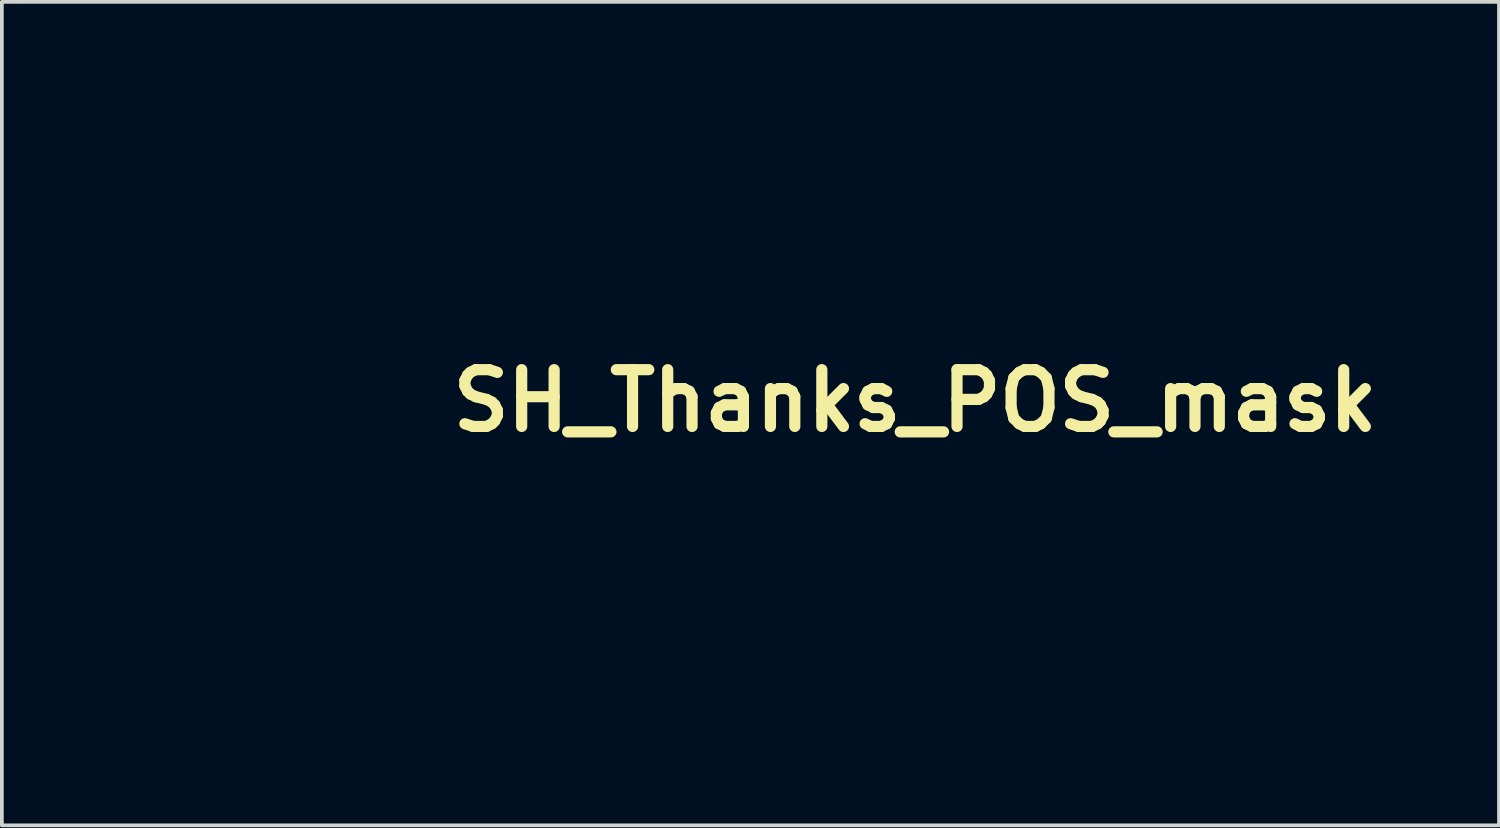
<source format=kicad_pcb>
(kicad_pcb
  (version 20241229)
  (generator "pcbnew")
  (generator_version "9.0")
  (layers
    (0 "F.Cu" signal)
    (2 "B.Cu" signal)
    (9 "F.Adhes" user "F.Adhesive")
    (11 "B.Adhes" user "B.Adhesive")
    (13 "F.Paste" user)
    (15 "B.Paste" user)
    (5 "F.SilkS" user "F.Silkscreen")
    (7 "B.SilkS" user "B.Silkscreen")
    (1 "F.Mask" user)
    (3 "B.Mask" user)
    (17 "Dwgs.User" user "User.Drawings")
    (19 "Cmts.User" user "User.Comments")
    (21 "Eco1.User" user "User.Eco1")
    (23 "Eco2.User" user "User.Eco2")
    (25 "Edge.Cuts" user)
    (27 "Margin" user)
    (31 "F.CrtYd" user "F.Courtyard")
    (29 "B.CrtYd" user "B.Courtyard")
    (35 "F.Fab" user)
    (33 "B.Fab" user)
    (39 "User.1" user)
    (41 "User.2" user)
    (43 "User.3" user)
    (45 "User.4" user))
  (footprint "SH_Thanks_POS_mask"
    (layer "F.Cu")
    (at 21.511 7.706)
    (property "Reference" "SH_Thanks_POS_mask" (at 0 0 0) (layer "F.SilkS") (effects (font (size 1.524 1.524) (thickness 0.3))))
    (attr through_hole)
    (fp_poly (pts (xy -20.202 5.786) (xy -20.743 5.786) (xy -20.743 8.361) (xy -20.965 8.361) (xy -20.965 5.786) (xy -21.506 5.786) (xy -21.506 5.563) (xy -20.202 5.563) (xy -20.202 5.786)) (stroke (width 0.01) (type solid)) (fill yes) (layer "F.Mask"))
    (fp_poly (pts (xy 7.995 5.786) (xy 7.455 5.786) (xy 7.455 8.361) (xy 7.232 8.361) (xy 7.232 5.786) (xy 6.692 5.786) (xy 6.692 5.563) (xy 7.995 5.563) (xy 7.995 5.786)) (stroke (width 0.01) (type solid)) (fill yes) (layer "F.Mask"))
    (fp_poly (pts (xy -11.254 5.786) (xy -12.175 5.786) (xy -12.175 6.724) (xy -11.413 6.724) (xy -11.413 6.946) (xy -12.175 6.946) (xy -12.175 8.361) (xy -12.398 8.361) (xy -12.398 5.563) (xy -11.254 5.563) (xy -11.254 5.786)) (stroke (width 0.01) (type solid)) (fill yes) (layer "F.Mask"))
    (fp_poly (pts (xy -19.916 6.724) (xy -19.137 6.724) (xy -19.137 5.563) (xy -18.915 5.563) (xy -18.915 8.361) (xy -19.137 8.361) (xy -19.137 6.946) (xy -19.916 6.946) (xy -19.916 8.361) (xy -20.139 8.361) (xy -20.139 5.563) (xy -19.916 5.563) (xy -19.916 6.724)) (stroke (width 0.01) (type solid)) (fill yes) (layer "F.Mask"))
    (fp_poly (pts (xy -16.006 8.362) (xy -16.218 8.353) (xy -16.601 7.31) (xy -16.984 6.268) (xy -16.992 8.361) (xy -17.214 8.361) (xy -17.214 5.563) (xy -17.107 5.563) (xy -17 5.564) (xy -16.618 6.604) (xy -16.237 7.644) (xy -16.233 6.603) (xy -16.228 5.563) (xy -16.006 5.563) (xy -16.006 8.362)) (stroke (width 0.01) (type solid)) (fill yes) (layer "F.Mask"))
    (fp_poly (pts (xy -15.593 6.804) (xy -15.48 6.8) (xy -15.368 6.795) (xy -14.732 5.563) (xy -14.604 5.563) (xy -14.541 5.564) (xy -14.504 5.567) (xy -14.487 5.573) (xy -14.485 5.585) (xy -14.487 5.591) (xy -14.497 5.611) (xy -14.519 5.655) (xy -14.553 5.722) (xy -14.598 5.808) (xy -14.651 5.911) (xy -14.711 6.027) (xy -14.776 6.153) (xy -14.831 6.259) (xy -15.164 6.9) (xy -14.791 7.617) (xy -14.718 7.757) (xy -14.65 7.888) (xy -14.588 8.008) (xy -14.533 8.114) (xy -14.488 8.204) (xy -14.452 8.274) (xy -14.428 8.322) (xy -14.417 8.346) (xy -14.417 8.348) (xy -14.431 8.354) (xy -14.47 8.358) (xy -14.525 8.361) (xy -14.541 8.361) (xy -14.666 8.361) (xy -15.014 7.694) (xy -15.362 7.026) (xy -15.593 7.026) (xy -15.593 8.361) (xy -15.815 8.361) (xy -15.815 5.563) (xy -15.593 5.563) (xy -15.593 6.804)) (stroke (width 0.01) (type solid)) (fill yes) (layer "F.Mask"))
    (fp_poly (pts (xy -6.523 5.568) (xy -6.502 5.572) (xy -6.501 5.573) (xy -6.507 5.59) (xy -6.523 5.633) (xy -6.548 5.7) (xy -6.582 5.788) (xy -6.622 5.894) (xy -6.669 6.014) (xy -6.72 6.146) (xy -6.771 6.278) (xy -7.041 6.97) (xy -7.041 8.361) (xy -7.264 8.361) (xy -7.264 6.978) (xy -7.534 6.285) (xy -7.589 6.145) (xy -7.64 6.013) (xy -7.686 5.893) (xy -7.726 5.788) (xy -7.759 5.701) (xy -7.784 5.635) (xy -7.8 5.593) (xy -7.804 5.577) (xy -7.79 5.57) (xy -7.749 5.566) (xy -7.688 5.566) (xy -7.683 5.567) (xy -7.561 5.571) (xy -7.361 6.091) (xy -7.315 6.211) (xy -7.271 6.321) (xy -7.233 6.418) (xy -7.2 6.498) (xy -7.175 6.557) (xy -7.159 6.593) (xy -7.153 6.602) (xy -7.146 6.586) (xy -7.128 6.544) (xy -7.102 6.479) (xy -7.068 6.394) (xy -7.028 6.294) (xy -6.984 6.181) (xy -6.946 6.083) (xy -6.747 5.571) (xy -6.624 5.567) (xy -6.566 5.566) (xy -6.523 5.568)) (stroke (width 0.01) (type solid)) (fill yes) (layer "F.Mask"))
    (fp_poly (pts (xy -4.736 6.696) (xy -4.736 6.913) (xy -4.736 7.101) (xy -4.736 7.261) (xy -4.735 7.397) (xy -4.734 7.51) (xy -4.733 7.603) (xy -4.732 7.678) (xy -4.73 7.737) (xy -4.727 7.783) (xy -4.724 7.819) (xy -4.721 7.845) (xy -4.716 7.865) (xy -4.711 7.882) (xy -4.705 7.896) (xy -4.704 7.9) (xy -4.645 7.996) (xy -4.57 8.067) (xy -4.483 8.115) (xy -4.388 8.139) (xy -4.291 8.139) (xy -4.195 8.115) (xy -4.105 8.067) (xy -4.027 7.994) (xy -3.969 7.91) (xy -3.934 7.844) (xy -3.93 6.704) (xy -3.925 5.563) (xy -3.704 5.563) (xy -3.704 6.675) (xy -3.704 6.931) (xy -3.704 7.155) (xy -3.706 7.348) (xy -3.708 7.511) (xy -3.71 7.644) (xy -3.713 7.746) (xy -3.716 7.819) (xy -3.72 7.863) (xy -3.721 7.871) (xy -3.764 8.003) (xy -3.833 8.12) (xy -3.925 8.218) (xy -4.036 8.295) (xy -4.163 8.346) (xy -4.22 8.359) (xy -4.284 8.37) (xy -4.334 8.374) (xy -4.384 8.371) (xy -4.449 8.361) (xy -4.452 8.36) (xy -4.567 8.326) (xy -4.678 8.265) (xy -4.778 8.182) (xy -4.861 8.082) (xy -4.908 7.999) (xy -4.951 7.908) (xy -4.956 6.735) (xy -4.96 5.563) (xy -4.737 5.563) (xy -4.736 6.696)) (stroke (width 0.01) (type solid)) (fill yes) (layer "F.Mask"))
    (fp_poly (pts (xy 0.127 6.68) (xy 0.128 6.922) (xy 0.128 7.139) (xy 0.129 7.328) (xy 0.131 7.49) (xy 0.133 7.624) (xy 0.136 7.728) (xy 0.139 7.802) (xy 0.142 7.846) (xy 0.144 7.856) (xy 0.185 7.946) (xy 0.25 8.025) (xy 0.333 8.087) (xy 0.428 8.128) (xy 0.524 8.142) (xy 0.63 8.129) (xy 0.729 8.088) (xy 0.813 8.024) (xy 0.879 7.942) (xy 0.92 7.845) (xy 0.921 7.841) (xy 0.925 7.809) (xy 0.928 7.746) (xy 0.931 7.652) (xy 0.933 7.527) (xy 0.935 7.372) (xy 0.937 7.188) (xy 0.937 6.974) (xy 0.938 6.731) (xy 0.938 6.669) (xy 0.938 5.563) (xy 1.16 5.563) (xy 1.16 6.688) (xy 1.16 6.908) (xy 1.159 7.111) (xy 1.158 7.294) (xy 1.156 7.455) (xy 1.154 7.594) (xy 1.152 7.707) (xy 1.15 7.794) (xy 1.147 7.853) (xy 1.144 7.881) (xy 1.098 8.01) (xy 1.027 8.125) (xy 0.933 8.223) (xy 0.821 8.298) (xy 0.695 8.348) (xy 0.645 8.359) (xy 0.578 8.37) (xy 0.527 8.374) (xy 0.478 8.37) (xy 0.416 8.359) (xy 0.397 8.355) (xy 0.271 8.312) (xy 0.155 8.241) (xy 0.054 8.149) (xy -0.025 8.038) (xy -0.045 7.999) (xy -0.087 7.908) (xy -0.092 6.735) (xy -0.096 5.563) (xy 0.127 5.563) (xy 0.127 6.68)) (stroke (width 0.01) (type solid)) (fill yes) (layer "F.Mask"))
    (fp_poly (pts (xy 3.088 5.566) (xy 3.206 5.568) (xy 3.297 5.57) (xy 3.365 5.572) (xy 3.416 5.576) (xy 3.455 5.581) (xy 3.486 5.588) (xy 3.513 5.598) (xy 3.542 5.611) (xy 3.548 5.614) (xy 3.662 5.684) (xy 3.762 5.778) (xy 3.839 5.889) (xy 3.851 5.911) (xy 3.902 6.016) (xy 3.902 6.89) (xy 3.86 6.981) (xy 3.789 7.096) (xy 3.695 7.195) (xy 3.582 7.274) (xy 3.458 7.328) (xy 3.405 7.342) (xy 3.354 7.349) (xy 3.282 7.355) (xy 3.199 7.358) (xy 3.131 7.359) (xy 2.941 7.359) (xy 2.941 8.361) (xy 2.718 8.361) (xy 2.718 7.14) (xy 2.941 7.14) (xy 3.159 7.134) (xy 3.274 7.128) (xy 3.359 7.12) (xy 3.417 7.108) (xy 3.434 7.102) (xy 3.514 7.054) (xy 3.588 6.987) (xy 3.643 6.911) (xy 3.645 6.908) (xy 3.656 6.885) (xy 3.665 6.86) (xy 3.671 6.83) (xy 3.676 6.789) (xy 3.679 6.733) (xy 3.682 6.657) (xy 3.684 6.556) (xy 3.685 6.481) (xy 3.686 6.364) (xy 3.687 6.275) (xy 3.686 6.207) (xy 3.684 6.157) (xy 3.68 6.12) (xy 3.673 6.091) (xy 3.664 6.065) (xy 3.652 6.037) (xy 3.652 6.036) (xy 3.592 5.938) (xy 3.515 5.861) (xy 3.442 5.815) (xy 3.408 5.803) (xy 3.368 5.795) (xy 3.314 5.789) (xy 3.241 5.787) (xy 3.159 5.786) (xy 2.941 5.786) (xy 2.941 7.14) (xy 2.718 7.14) (xy 2.718 5.562) (xy 3.088 5.566)) (stroke (width 0.01) (type solid)) (fill yes) (layer "F.Mask"))
    (fp_poly (pts (xy 1.713 5.566) (xy 2.09 5.571) (xy 2.182 5.618) (xy 2.289 5.688) (xy 2.385 5.78) (xy 2.461 5.886) (xy 2.473 5.908) (xy 2.519 6) (xy 2.525 6.406) (xy 2.526 6.565) (xy 2.525 6.695) (xy 2.521 6.796) (xy 2.516 6.867) (xy 2.512 6.894) (xy 2.481 6.981) (xy 2.429 7.072) (xy 2.363 7.156) (xy 2.291 7.223) (xy 2.288 7.225) (xy 2.223 7.269) (xy 2.162 7.302) (xy 2.098 7.325) (xy 2.023 7.34) (xy 1.931 7.35) (xy 1.814 7.355) (xy 1.8 7.356) (xy 1.558 7.363) (xy 1.558 8.361) (xy 1.335 8.361) (xy 1.335 7.141) (xy 1.558 7.141) (xy 1.784 7.134) (xy 1.879 7.13) (xy 1.948 7.125) (xy 1.999 7.119) (xy 2.037 7.109) (xy 2.068 7.096) (xy 2.074 7.093) (xy 2.125 7.061) (xy 2.177 7.018) (xy 2.197 6.999) (xy 2.229 6.964) (xy 2.254 6.931) (xy 2.273 6.895) (xy 2.287 6.852) (xy 2.296 6.797) (xy 2.301 6.726) (xy 2.304 6.634) (xy 2.305 6.517) (xy 2.305 6.457) (xy 2.305 6.34) (xy 2.304 6.251) (xy 2.303 6.183) (xy 2.3 6.134) (xy 2.295 6.097) (xy 2.288 6.068) (xy 2.279 6.043) (xy 2.266 6.016) (xy 2.264 6.012) (xy 2.203 5.919) (xy 2.12 5.849) (xy 2.058 5.815) (xy 2.025 5.803) (xy 1.985 5.795) (xy 1.931 5.789) (xy 1.857 5.787) (xy 1.776 5.786) (xy 1.558 5.786) (xy 1.558 7.141) (xy 1.335 7.141) (xy 1.335 5.561) (xy 1.713 5.566)) (stroke (width 0.01) (type solid)) (fill yes) (layer "F.Mask"))
    (fp_poly (pts (xy -3.175 5.566) (xy -2.821 5.571) (xy -2.718 5.62) (xy -2.652 5.657) (xy -2.587 5.703) (xy -2.545 5.74) (xy -2.5 5.793) (xy -2.455 5.859) (xy -2.425 5.913) (xy -2.376 6.016) (xy -2.376 6.382) (xy -2.376 6.499) (xy -2.377 6.589) (xy -2.378 6.657) (xy -2.381 6.707) (xy -2.386 6.745) (xy -2.393 6.775) (xy -2.402 6.802) (xy -2.415 6.83) (xy -2.419 6.838) (xy -2.486 6.948) (xy -2.575 7.045) (xy -2.679 7.122) (xy -2.711 7.138) (xy -2.81 7.187) (xy -2.746 7.341) (xy -2.722 7.397) (xy -2.689 7.478) (xy -2.648 7.576) (xy -2.602 7.686) (xy -2.553 7.802) (xy -2.509 7.907) (xy -2.464 8.015) (xy -2.424 8.113) (xy -2.389 8.199) (xy -2.362 8.268) (xy -2.344 8.316) (xy -2.337 8.339) (xy -2.337 8.34) (xy -2.347 8.352) (xy -2.381 8.359) (xy -2.443 8.361) (xy -2.446 8.361) (xy -2.555 8.361) (xy -2.8 7.792) (xy -3.046 7.224) (xy -3.176 7.22) (xy -3.306 7.215) (xy -3.306 8.361) (xy -3.529 8.361) (xy -3.529 6.998) (xy -3.306 6.998) (xy -3.103 6.99) (xy -2.997 6.985) (xy -2.917 6.976) (xy -2.86 6.964) (xy -2.837 6.956) (xy -2.748 6.901) (xy -2.672 6.821) (xy -2.629 6.747) (xy -2.615 6.717) (xy -2.605 6.687) (xy -2.599 6.653) (xy -2.594 6.609) (xy -2.592 6.548) (xy -2.591 6.466) (xy -2.591 6.381) (xy -2.591 6.278) (xy -2.592 6.202) (xy -2.595 6.145) (xy -2.599 6.104) (xy -2.606 6.072) (xy -2.617 6.044) (xy -2.631 6.013) (xy -2.632 6.012) (xy -2.693 5.919) (xy -2.775 5.849) (xy -2.837 5.815) (xy -2.873 5.802) (xy -2.916 5.794) (xy -2.973 5.789) (xy -3.052 5.786) (xy -3.103 5.786) (xy -3.306 5.786) (xy -3.306 6.998) (xy -3.529 6.998) (xy -3.529 5.562) (xy -3.175 5.566)) (stroke (width 0.01) (type solid)) (fill yes) (layer "F.Mask"))
    (fp_poly (pts (xy -8.988 5.571) (xy -8.883 5.623) (xy -8.769 5.695) (xy -8.676 5.791) (xy -8.601 5.911) (xy -8.594 5.926) (xy -8.576 5.965) (xy -8.563 5.998) (xy -8.554 6.033) (xy -8.548 6.073) (xy -8.544 6.127) (xy -8.541 6.199) (xy -8.538 6.296) (xy -8.538 6.316) (xy -8.537 6.464) (xy -8.541 6.585) (xy -8.551 6.685) (xy -8.569 6.769) (xy -8.595 6.842) (xy -8.631 6.908) (xy -8.677 6.974) (xy -8.684 6.982) (xy -8.731 7.03) (xy -8.792 7.08) (xy -8.857 7.123) (xy -8.915 7.154) (xy -8.938 7.161) (xy -8.969 7.174) (xy -8.981 7.186) (xy -8.975 7.203) (xy -8.958 7.247) (xy -8.931 7.313) (xy -8.896 7.399) (xy -8.854 7.501) (xy -8.807 7.616) (xy -8.755 7.741) (xy -8.742 7.77) (xy -8.689 7.897) (xy -8.641 8.014) (xy -8.597 8.119) (xy -8.561 8.208) (xy -8.532 8.279) (xy -8.513 8.327) (xy -8.504 8.349) (xy -8.504 8.351) (xy -8.518 8.356) (xy -8.557 8.359) (xy -8.611 8.36) (xy -8.619 8.36) (xy -8.734 8.36) (xy -8.979 7.788) (xy -9.224 7.216) (xy -9.473 7.216) (xy -9.473 8.361) (xy -9.696 8.361) (xy -9.696 6.998) (xy -9.473 6.998) (xy -9.271 6.991) (xy -9.173 6.986) (xy -9.102 6.979) (xy -9.051 6.969) (xy -9.014 6.955) (xy -9.012 6.955) (xy -8.928 6.904) (xy -8.865 6.845) (xy -8.814 6.77) (xy -8.814 6.769) (xy -8.796 6.736) (xy -8.783 6.706) (xy -8.774 6.674) (xy -8.769 6.633) (xy -8.765 6.577) (xy -8.762 6.5) (xy -8.761 6.427) (xy -8.759 6.3) (xy -8.763 6.2) (xy -8.772 6.12) (xy -8.789 6.055) (xy -8.813 6.001) (xy -8.847 5.95) (xy -8.864 5.93) (xy -8.915 5.881) (xy -8.977 5.838) (xy -9.004 5.823) (xy -9.042 5.807) (xy -9.08 5.796) (xy -9.125 5.79) (xy -9.186 5.787) (xy -9.269 5.786) (xy -9.279 5.786) (xy -9.473 5.786) (xy -9.473 6.998) (xy -9.696 6.998) (xy -9.696 5.561) (xy -8.988 5.571)) (stroke (width 0.01) (type solid)) (fill yes) (layer "F.Mask"))
    (fp_poly (pts (xy 5.885 5.566) (xy 6 5.568) (xy 6.088 5.57) (xy 6.155 5.572) (xy 6.204 5.576) (xy 6.242 5.582) (xy 6.272 5.59) (xy 6.301 5.601) (xy 6.332 5.615) (xy 6.334 5.616) (xy 6.438 5.679) (xy 6.533 5.765) (xy 6.609 5.864) (xy 6.639 5.919) (xy 6.684 6.016) (xy 6.684 6.382) (xy 6.684 6.499) (xy 6.683 6.589) (xy 6.682 6.657) (xy 6.679 6.707) (xy 6.674 6.745) (xy 6.667 6.775) (xy 6.658 6.802) (xy 6.645 6.83) (xy 6.641 6.838) (xy 6.574 6.948) (xy 6.484 7.046) (xy 6.38 7.122) (xy 6.349 7.138) (xy 6.25 7.187) (xy 6.326 7.373) (xy 6.355 7.441) (xy 6.393 7.531) (xy 6.437 7.638) (xy 6.485 7.753) (xy 6.535 7.871) (xy 6.563 7.939) (xy 6.607 8.043) (xy 6.645 8.137) (xy 6.678 8.218) (xy 6.703 8.282) (xy 6.719 8.324) (xy 6.724 8.341) (xy 6.712 8.352) (xy 6.675 8.359) (xy 6.614 8.361) (xy 6.504 8.361) (xy 6.43 8.19) (xy 6.403 8.127) (xy 6.366 8.042) (xy 6.322 7.94) (xy 6.273 7.827) (xy 6.223 7.71) (xy 6.185 7.622) (xy 6.015 7.224) (xy 5.884 7.22) (xy 5.754 7.215) (xy 5.754 8.361) (xy 5.531 8.361) (xy 5.531 6.998) (xy 5.754 6.998) (xy 5.957 6.99) (xy 6.072 6.984) (xy 6.157 6.974) (xy 6.212 6.96) (xy 6.216 6.959) (xy 6.302 6.907) (xy 6.377 6.833) (xy 6.432 6.747) (xy 6.445 6.717) (xy 6.455 6.687) (xy 6.461 6.652) (xy 6.466 6.607) (xy 6.468 6.545) (xy 6.469 6.462) (xy 6.469 6.381) (xy 6.469 6.278) (xy 6.468 6.202) (xy 6.466 6.145) (xy 6.461 6.104) (xy 6.454 6.072) (xy 6.444 6.044) (xy 6.429 6.013) (xy 6.428 6.012) (xy 6.367 5.919) (xy 6.285 5.849) (xy 6.223 5.815) (xy 6.188 5.802) (xy 6.145 5.794) (xy 6.087 5.789) (xy 6.008 5.786) (xy 5.957 5.786) (xy 5.754 5.786) (xy 5.754 6.998) (xy 5.531 6.998) (xy 5.531 5.562) (xy 5.885 5.566)) (stroke (width 0.01) (type solid)) (fill yes) (layer "F.Mask"))
    (fp_poly (pts (xy -5.697 5.556) (xy -5.639 5.559) (xy -5.594 5.567) (xy -5.553 5.58) (xy -5.512 5.598) (xy -5.398 5.668) (xy -5.298 5.762) (xy -5.221 5.873) (xy -5.209 5.895) (xy -5.158 6) (xy -5.158 7.924) (xy -5.204 8.023) (xy -5.258 8.113) (xy -5.332 8.2) (xy -5.418 8.275) (xy -5.507 8.33) (xy -5.537 8.343) (xy -5.633 8.369) (xy -5.737 8.383) (xy -5.838 8.384) (xy -5.894 8.376) (xy -6.01 8.339) (xy -6.121 8.278) (xy -6.219 8.2) (xy -6.296 8.11) (xy -6.325 8.061) (xy -6.342 8.027) (xy -6.356 7.994) (xy -6.368 7.959) (xy -6.378 7.921) (xy -6.386 7.875) (xy -6.393 7.819) (xy -6.397 7.75) (xy -6.401 7.666) (xy -6.403 7.563) (xy -6.405 7.439) (xy -6.405 7.291) (xy -6.406 7.116) (xy -6.406 6.977) (xy -6.406 6.943) (xy -6.183 6.943) (xy -6.183 6.962) (xy -6.183 7.158) (xy -6.183 7.324) (xy -6.182 7.465) (xy -6.18 7.581) (xy -6.177 7.677) (xy -6.172 7.754) (xy -6.166 7.816) (xy -6.157 7.866) (xy -6.147 7.905) (xy -6.133 7.937) (xy -6.117 7.964) (xy -6.097 7.989) (xy -6.074 8.015) (xy -6.068 8.022) (xy -5.978 8.099) (xy -5.88 8.146) (xy -5.777 8.163) (xy -5.669 8.148) (xy -5.618 8.13) (xy -5.545 8.087) (xy -5.476 8.022) (xy -5.421 7.946) (xy -5.41 7.924) (xy -5.373 7.844) (xy -5.373 6.962) (xy -5.373 6.771) (xy -5.373 6.609) (xy -5.374 6.474) (xy -5.375 6.363) (xy -5.376 6.273) (xy -5.378 6.201) (xy -5.38 6.146) (xy -5.383 6.104) (xy -5.387 6.072) (xy -5.391 6.048) (xy -5.396 6.03) (xy -5.402 6.016) (xy -5.461 5.92) (xy -5.538 5.847) (xy -5.627 5.798) (xy -5.723 5.773) (xy -5.823 5.773) (xy -5.921 5.8) (xy -6.012 5.852) (xy -6.077 5.914) (xy -6.099 5.941) (xy -6.118 5.966) (xy -6.134 5.993) (xy -6.147 6.024) (xy -6.158 6.062) (xy -6.166 6.109) (xy -6.172 6.169) (xy -6.177 6.245) (xy -6.18 6.338) (xy -6.182 6.451) (xy -6.183 6.588) (xy -6.183 6.751) (xy -6.183 6.943) (xy -6.406 6.943) (xy -6.405 6.791) (xy -6.404 6.621) (xy -6.403 6.468) (xy -6.401 6.335) (xy -6.398 6.224) (xy -6.396 6.138) (xy -6.392 6.079) (xy -6.39 6.054) (xy -6.349 5.922) (xy -6.281 5.803) (xy -6.189 5.7) (xy -6.076 5.619) (xy -6.047 5.603) (xy -6.003 5.582) (xy -5.964 5.568) (xy -5.923 5.56) (xy -5.871 5.556) (xy -5.797 5.555) (xy -5.778 5.555) (xy -5.697 5.556)) (stroke (width 0.01) (type solid)) (fill yes) (layer "F.Mask"))
    (fp_poly (pts (xy -10.371 5.561) (xy -10.268 5.59) (xy -10.249 5.598) (xy -10.135 5.668) (xy -10.036 5.761) (xy -9.958 5.872) (xy -9.946 5.895) (xy -9.895 6) (xy -9.895 7.924) (xy -9.937 8.015) (xy -10.008 8.13) (xy -10.101 8.229) (xy -10.212 8.308) (xy -10.334 8.361) (xy -10.397 8.377) (xy -10.472 8.388) (xy -10.537 8.389) (xy -10.609 8.38) (xy -10.631 8.375) (xy -10.761 8.334) (xy -10.878 8.267) (xy -10.977 8.176) (xy -11.056 8.067) (xy -11.11 7.942) (xy -11.125 7.887) (xy -11.129 7.847) (xy -11.133 7.776) (xy -11.136 7.674) (xy -11.139 7.541) (xy -11.141 7.378) (xy -11.141 7.326) (xy -10.917 7.326) (xy -10.917 7.486) (xy -10.915 7.618) (xy -10.913 7.722) (xy -10.91 7.796) (xy -10.906 7.84) (xy -10.905 7.849) (xy -10.874 7.925) (xy -10.824 8.002) (xy -10.767 8.066) (xy -10.737 8.089) (xy -10.635 8.14) (xy -10.529 8.16) (xy -10.421 8.148) (xy -10.33 8.113) (xy -10.239 8.05) (xy -10.168 7.962) (xy -10.139 7.908) (xy -10.133 7.892) (xy -10.127 7.874) (xy -10.123 7.85) (xy -10.119 7.817) (xy -10.116 7.774) (xy -10.114 7.718) (xy -10.112 7.645) (xy -10.111 7.553) (xy -10.111 7.44) (xy -10.11 7.303) (xy -10.11 7.139) (xy -10.11 6.962) (xy -10.11 6.771) (xy -10.11 6.609) (xy -10.111 6.474) (xy -10.111 6.363) (xy -10.113 6.273) (xy -10.114 6.201) (xy -10.117 6.146) (xy -10.12 6.104) (xy -10.123 6.072) (xy -10.128 6.049) (xy -10.133 6.03) (xy -10.139 6.016) (xy -10.197 5.919) (xy -10.276 5.846) (xy -10.335 5.811) (xy -10.437 5.777) (xy -10.541 5.772) (xy -10.642 5.794) (xy -10.737 5.843) (xy -10.818 5.915) (xy -10.877 6) (xy -10.885 6.015) (xy -10.891 6.03) (xy -10.897 6.049) (xy -10.901 6.074) (xy -10.904 6.108) (xy -10.907 6.153) (xy -10.91 6.213) (xy -10.911 6.289) (xy -10.913 6.386) (xy -10.914 6.504) (xy -10.915 6.647) (xy -10.916 6.818) (xy -10.916 6.926) (xy -10.917 7.139) (xy -10.917 7.326) (xy -11.141 7.326) (xy -11.142 7.185) (xy -11.142 6.962) (xy -11.142 6.957) (xy -11.142 6.758) (xy -11.142 6.589) (xy -11.141 6.446) (xy -11.139 6.326) (xy -11.136 6.226) (xy -11.132 6.145) (xy -11.126 6.079) (xy -11.119 6.025) (xy -11.109 5.98) (xy -11.097 5.942) (xy -11.082 5.907) (xy -11.065 5.874) (xy -11.044 5.839) (xy -11.041 5.833) (xy -10.975 5.748) (xy -10.887 5.67) (xy -10.79 5.608) (xy -10.708 5.573) (xy -10.603 5.552) (xy -10.486 5.548) (xy -10.371 5.561)) (stroke (width 0.01) (type solid)) (fill yes) (layer "F.Mask"))
    (fp_poly (pts (xy -13.742 5.556) (xy -13.685 5.559) (xy -13.642 5.566) (xy -13.602 5.578) (xy -13.558 5.598) (xy -13.539 5.607) (xy -13.421 5.682) (xy -13.327 5.778) (xy -13.256 5.893) (xy -13.212 6.025) (xy -13.198 6.115) (xy -13.188 6.215) (xy -13.411 6.215) (xy -13.42 6.137) (xy -13.448 6.027) (xy -13.505 5.932) (xy -13.557 5.876) (xy -13.64 5.815) (xy -13.727 5.781) (xy -13.826 5.77) (xy -13.827 5.77) (xy -13.935 5.785) (xy -14.032 5.829) (xy -14.104 5.887) (xy -14.157 5.946) (xy -14.191 6.001) (xy -14.21 6.062) (xy -14.217 6.139) (xy -14.218 6.183) (xy -14.216 6.256) (xy -14.21 6.309) (xy -14.197 6.355) (xy -14.174 6.405) (xy -14.172 6.408) (xy -14.133 6.476) (xy -14.085 6.543) (xy -14.022 6.613) (xy -13.942 6.69) (xy -13.841 6.777) (xy -13.776 6.831) (xy -13.645 6.941) (xy -13.537 7.038) (xy -13.45 7.125) (xy -13.381 7.206) (xy -13.326 7.286) (xy -13.282 7.367) (xy -13.246 7.453) (xy -13.243 7.461) (xy -13.223 7.524) (xy -13.21 7.583) (xy -13.204 7.65) (xy -13.202 7.737) (xy -13.202 7.741) (xy -13.202 7.818) (xy -13.205 7.874) (xy -13.213 7.918) (xy -13.227 7.96) (xy -13.249 8.009) (xy -13.251 8.014) (xy -13.326 8.138) (xy -13.421 8.24) (xy -13.534 8.316) (xy -13.662 8.365) (xy -13.708 8.375) (xy -13.772 8.386) (xy -13.821 8.39) (xy -13.869 8.387) (xy -13.933 8.378) (xy -13.945 8.376) (xy -14.07 8.339) (xy -14.183 8.276) (xy -14.281 8.191) (xy -14.359 8.087) (xy -14.414 7.968) (xy -14.443 7.84) (xy -14.445 7.819) (xy -14.453 7.709) (xy -14.226 7.709) (xy -14.226 7.777) (xy -14.21 7.874) (xy -14.167 7.964) (xy -14.101 8.043) (xy -14.017 8.106) (xy -13.918 8.147) (xy -13.884 8.155) (xy -13.786 8.159) (xy -13.688 8.134) (xy -13.597 8.086) (xy -13.52 8.017) (xy -13.48 7.96) (xy -13.435 7.858) (xy -13.419 7.756) (xy -13.429 7.648) (xy -13.452 7.562) (xy -13.486 7.481) (xy -13.534 7.4) (xy -13.599 7.318) (xy -13.684 7.229) (xy -13.79 7.131) (xy -13.921 7.02) (xy -13.924 7.018) (xy -14.056 6.906) (xy -14.164 6.805) (xy -14.25 6.711) (xy -14.317 6.621) (xy -14.369 6.53) (xy -14.409 6.434) (xy -14.425 6.383) (xy -14.444 6.278) (xy -14.448 6.161) (xy -14.435 6.046) (xy -14.408 5.943) (xy -14.394 5.91) (xy -14.321 5.79) (xy -14.227 5.69) (xy -14.115 5.614) (xy -14.102 5.607) (xy -14.053 5.584) (xy -14.013 5.569) (xy -13.972 5.561) (xy -13.921 5.556) (xy -13.851 5.555) (xy -13.821 5.555) (xy -13.742 5.556)) (stroke (width 0.01) (type solid)) (fill yes) (layer "F.Mask"))
    (fp_poly (pts (xy -0.818 5.556) (xy -0.761 5.559) (xy -0.718 5.566) (xy -0.679 5.579) (xy -0.635 5.598) (xy -0.628 5.602) (xy -0.51 5.676) (xy -0.415 5.771) (xy -0.345 5.882) (xy -0.302 6.008) (xy -0.289 6.099) (xy -0.282 6.215) (xy -0.509 6.215) (xy -0.509 6.143) (xy -0.521 6.064) (xy -0.555 5.981) (xy -0.604 5.906) (xy -0.63 5.878) (xy -0.717 5.817) (xy -0.815 5.781) (xy -0.918 5.772) (xy -1.021 5.788) (xy -1.116 5.83) (xy -1.199 5.897) (xy -1.206 5.905) (xy -1.261 5.98) (xy -1.294 6.056) (xy -1.307 6.145) (xy -1.307 6.189) (xy -1.304 6.254) (xy -1.294 6.308) (xy -1.272 6.365) (xy -1.25 6.412) (xy -1.212 6.481) (xy -1.166 6.546) (xy -1.108 6.612) (xy -1.033 6.684) (xy -0.939 6.766) (xy -0.879 6.815) (xy -0.745 6.926) (xy -0.635 7.025) (xy -0.545 7.113) (xy -0.473 7.196) (xy -0.415 7.278) (xy -0.368 7.36) (xy -0.337 7.426) (xy -0.32 7.471) (xy -0.308 7.511) (xy -0.3 7.555) (xy -0.296 7.61) (xy -0.295 7.686) (xy -0.294 7.733) (xy -0.295 7.818) (xy -0.296 7.879) (xy -0.301 7.924) (xy -0.309 7.959) (xy -0.323 7.993) (xy -0.343 8.034) (xy -0.345 8.037) (xy -0.424 8.157) (xy -0.524 8.254) (xy -0.641 8.327) (xy -0.771 8.372) (xy -0.793 8.376) (xy -0.868 8.388) (xy -0.931 8.389) (xy -1 8.381) (xy -1.033 8.375) (xy -1.163 8.334) (xy -1.279 8.267) (xy -1.377 8.176) (xy -1.454 8.066) (xy -1.507 7.94) (xy -1.526 7.857) (xy -1.538 7.788) (xy -1.541 7.745) (xy -1.532 7.721) (xy -1.509 7.711) (xy -1.466 7.709) (xy -1.432 7.709) (xy -1.323 7.709) (xy -1.312 7.785) (xy -1.283 7.897) (xy -1.23 7.991) (xy -1.177 8.048) (xy -1.094 8.111) (xy -1.01 8.146) (xy -0.917 8.159) (xy -0.906 8.159) (xy -0.807 8.148) (xy -0.72 8.112) (xy -0.639 8.052) (xy -0.57 7.973) (xy -0.528 7.884) (xy -0.51 7.778) (xy -0.509 7.742) (xy -0.513 7.661) (xy -0.526 7.586) (xy -0.55 7.514) (xy -0.587 7.442) (xy -0.64 7.367) (xy -0.71 7.287) (xy -0.8 7.198) (xy -0.911 7.098) (xy -1.046 6.985) (xy -1.1 6.941) (xy -1.22 6.836) (xy -1.315 6.737) (xy -1.391 6.637) (xy -1.452 6.53) (xy -1.455 6.525) (xy -1.507 6.388) (xy -1.532 6.249) (xy -1.53 6.112) (xy -1.502 5.981) (xy -1.45 5.86) (xy -1.374 5.753) (xy -1.277 5.663) (xy -1.17 5.6) (xy -1.123 5.58) (xy -1.082 5.567) (xy -1.037 5.559) (xy -0.979 5.556) (xy -0.898 5.555) (xy -0.898 5.555) (xy -0.818 5.556)) (stroke (width 0.01) (type solid)) (fill yes) (layer "F.Mask"))
    (fp_poly (pts (xy 4.809 5.556) (xy 4.866 5.559) (xy 4.909 5.566) (xy 4.948 5.579) (xy 4.992 5.598) (xy 4.996 5.601) (xy 5.111 5.674) (xy 5.207 5.771) (xy 5.282 5.886) (xy 5.331 6.015) (xy 5.341 6.059) (xy 5.345 6.099) (xy 5.348 6.169) (xy 5.351 6.269) (xy 5.353 6.397) (xy 5.354 6.554) (xy 5.354 6.737) (xy 5.354 6.945) (xy 5.353 7.021) (xy 5.352 7.209) (xy 5.351 7.369) (xy 5.35 7.502) (xy 5.349 7.612) (xy 5.347 7.7) (xy 5.345 7.771) (xy 5.343 7.826) (xy 5.34 7.868) (xy 5.336 7.901) (xy 5.331 7.926) (xy 5.325 7.947) (xy 5.318 7.966) (xy 5.314 7.977) (xy 5.245 8.108) (xy 5.155 8.215) (xy 5.048 8.297) (xy 4.923 8.353) (xy 4.784 8.382) (xy 4.775 8.382) (xy 4.707 8.385) (xy 4.639 8.381) (xy 4.608 8.377) (xy 4.491 8.341) (xy 4.378 8.278) (xy 4.278 8.193) (xy 4.195 8.092) (xy 4.152 8.015) (xy 4.109 7.924) (xy 4.109 6.962) (xy 4.324 6.962) (xy 4.324 7.152) (xy 4.324 7.313) (xy 4.325 7.447) (xy 4.325 7.558) (xy 4.327 7.648) (xy 4.328 7.719) (xy 4.33 7.774) (xy 4.333 7.817) (xy 4.337 7.848) (xy 4.341 7.873) (xy 4.347 7.892) (xy 4.353 7.908) (xy 4.356 7.916) (xy 4.416 8.013) (xy 4.495 8.087) (xy 4.587 8.136) (xy 4.689 8.158) (xy 4.797 8.152) (xy 4.888 8.123) (xy 4.934 8.095) (xy 4.986 8.054) (xy 5.018 8.023) (xy 5.042 7.996) (xy 5.063 7.971) (xy 5.08 7.944) (xy 5.094 7.913) (xy 5.106 7.876) (xy 5.115 7.83) (xy 5.122 7.771) (xy 5.127 7.698) (xy 5.13 7.607) (xy 5.132 7.496) (xy 5.133 7.362) (xy 5.134 7.202) (xy 5.134 7.014) (xy 5.134 6.962) (xy 5.134 6.767) (xy 5.134 6.602) (xy 5.133 6.463) (xy 5.131 6.347) (xy 5.128 6.252) (xy 5.124 6.176) (xy 5.117 6.114) (xy 5.109 6.066) (xy 5.099 6.027) (xy 5.086 5.995) (xy 5.071 5.968) (xy 5.052 5.943) (xy 5.03 5.917) (xy 5.028 5.914) (xy 4.946 5.84) (xy 4.853 5.792) (xy 4.754 5.771) (xy 4.655 5.776) (xy 4.559 5.806) (xy 4.472 5.86) (xy 4.399 5.938) (xy 4.353 6.016) (xy 4.347 6.032) (xy 4.342 6.05) (xy 4.337 6.074) (xy 4.334 6.106) (xy 4.331 6.15) (xy 4.328 6.206) (xy 4.327 6.279) (xy 4.326 6.371) (xy 4.325 6.484) (xy 4.324 6.621) (xy 4.324 6.785) (xy 4.324 6.962) (xy 4.109 6.962) (xy 4.109 6) (xy 4.16 5.895) (xy 4.233 5.782) (xy 4.329 5.684) (xy 4.441 5.609) (xy 4.463 5.598) (xy 4.507 5.579) (xy 4.548 5.566) (xy 4.593 5.559) (xy 4.653 5.556) (xy 4.729 5.555) (xy 4.809 5.556)) (stroke (width 0.01) (type solid)) (fill yes) (layer "F.Mask"))
    (fp_poly (pts (xy -18.031 5.543) (xy -18.01 5.556) (xy -17.969 5.563) (xy -17.954 5.563) (xy -17.91 5.565) (xy -17.889 5.576) (xy -17.878 5.6) (xy -17.877 5.607) (xy -17.871 5.635) (xy -17.858 5.691) (xy -17.841 5.771) (xy -17.818 5.873) (xy -17.791 5.995) (xy -17.761 6.133) (xy -17.727 6.284) (xy -17.691 6.446) (xy -17.653 6.617) (xy -17.613 6.793) (xy -17.574 6.971) (xy -17.534 7.15) (xy -17.494 7.326) (xy -17.456 7.496) (xy -17.42 7.658) (xy -17.386 7.809) (xy -17.355 7.946) (xy -17.328 8.067) (xy -17.305 8.169) (xy -17.287 8.248) (xy -17.275 8.303) (xy -17.269 8.33) (xy -17.268 8.333) (xy -17.267 8.347) (xy -17.279 8.355) (xy -17.309 8.359) (xy -17.364 8.361) (xy -17.379 8.361) (xy -17.442 8.36) (xy -17.479 8.355) (xy -17.499 8.346) (xy -17.506 8.333) (xy -17.512 8.31) (xy -17.523 8.261) (xy -17.539 8.19) (xy -17.559 8.102) (xy -17.581 8.002) (xy -17.595 7.939) (xy -17.619 7.835) (xy -17.64 7.739) (xy -17.659 7.658) (xy -17.673 7.595) (xy -17.682 7.556) (xy -17.685 7.546) (xy -17.69 7.537) (xy -17.701 7.53) (xy -17.724 7.525) (xy -17.76 7.522) (xy -17.815 7.52) (xy -17.893 7.519) (xy -17.997 7.518) (xy -18.042 7.518) (xy -18.143 7.518) (xy -18.233 7.519) (xy -18.307 7.52) (xy -18.36 7.521) (xy -18.388 7.522) (xy -18.391 7.522) (xy -18.394 7.538) (xy -18.404 7.581) (xy -18.418 7.647) (xy -18.437 7.731) (xy -18.459 7.831) (xy -18.483 7.939) (xy -18.576 8.353) (xy -18.69 8.357) (xy -18.753 8.358) (xy -18.789 8.354) (xy -18.804 8.345) (xy -18.804 8.342) (xy -18.801 8.323) (xy -18.791 8.276) (xy -18.776 8.203) (xy -18.755 8.105) (xy -18.729 7.985) (xy -18.698 7.845) (xy -18.664 7.688) (xy -18.626 7.516) (xy -18.585 7.33) (xy -18.573 7.278) (xy -18.337 7.278) (xy -18.331 7.285) (xy -18.312 7.29) (xy -18.278 7.293) (xy -18.225 7.295) (xy -18.148 7.296) (xy -18.043 7.296) (xy -18.041 7.296) (xy -17.935 7.296) (xy -17.858 7.295) (xy -17.804 7.293) (xy -17.769 7.29) (xy -17.751 7.285) (xy -17.744 7.278) (xy -17.745 7.268) (xy -17.745 7.268) (xy -17.75 7.247) (xy -17.761 7.198) (xy -17.777 7.125) (xy -17.798 7.031) (xy -17.823 6.921) (xy -17.851 6.796) (xy -17.88 6.661) (xy -17.892 6.608) (xy -17.922 6.472) (xy -17.951 6.347) (xy -17.977 6.235) (xy -18 6.14) (xy -18.018 6.066) (xy -18.032 6.015) (xy -18.04 5.99) (xy -18.042 5.989) (xy -18.048 6.006) (xy -18.059 6.051) (xy -18.076 6.121) (xy -18.097 6.212) (xy -18.122 6.32) (xy -18.15 6.442) (xy -18.18 6.575) (xy -18.19 6.62) (xy -18.221 6.757) (xy -18.249 6.884) (xy -18.275 6.999) (xy -18.297 7.098) (xy -18.315 7.178) (xy -18.328 7.235) (xy -18.336 7.265) (xy -18.336 7.268) (xy -18.337 7.278) (xy -18.573 7.278) (xy -18.541 7.134) (xy -18.499 6.942) (xy -18.192 5.563) (xy -18.126 5.563) (xy -18.081 5.559) (xy -18.053 5.547) (xy -18.05 5.543) (xy -18.04 5.532) (xy -18.031 5.543)) (stroke (width 0.01) (type solid)) (fill yes) (layer "F.Mask"))
    (fp_poly (pts (xy -8.641 -7.602) (xy -8.477 -7.513) (xy -8.339 -7.435) (xy -8.225 -7.364) (xy -8.132 -7.299) (xy -8.056 -7.238) (xy -7.996 -7.177) (xy -7.947 -7.116) (xy -7.908 -7.052) (xy -7.898 -7.032) (xy -7.874 -6.981) (xy -7.859 -6.941) (xy -7.856 -6.921) (xy -7.856 -6.921) (xy -7.874 -6.921) (xy -7.918 -6.927) (xy -7.981 -6.939) (xy -8.059 -6.955) (xy -8.117 -6.967) (xy -8.316 -7.01) (xy -8.495 -7.044) (xy -8.662 -7.072) (xy -8.824 -7.092) (xy -8.988 -7.108) (xy -9.159 -7.118) (xy -9.347 -7.124) (xy -9.557 -7.127) (xy -9.632 -7.127) (xy -9.83 -7.126) (xy -10.007 -7.123) (xy -10.17 -7.117) (xy -10.328 -7.108) (xy -10.488 -7.094) (xy -10.658 -7.077) (xy -10.846 -7.054) (xy -11.015 -7.032) (xy -11.576 -6.946) (xy -12.15 -6.835) (xy -12.737 -6.699) (xy -13.338 -6.537) (xy -13.956 -6.35) (xy -14.226 -6.263) (xy -14.356 -6.219) (xy -14.494 -6.171) (xy -14.638 -6.121) (xy -14.785 -6.07) (xy -14.93 -6.018) (xy -15.07 -5.967) (xy -15.204 -5.919) (xy -15.326 -5.873) (xy -15.434 -5.833) (xy -15.525 -5.798) (xy -15.595 -5.769) (xy -15.642 -5.749) (xy -15.661 -5.739) (xy -15.648 -5.732) (xy -15.607 -5.717) (xy -15.541 -5.693) (xy -15.452 -5.662) (xy -15.341 -5.624) (xy -15.212 -5.581) (xy -15.067 -5.532) (xy -14.908 -5.479) (xy -14.737 -5.423) (xy -14.564 -5.366) (xy -14.164 -5.236) (xy -13.794 -5.115) (xy -13.451 -5.003) (xy -13.133 -4.899) (xy -12.841 -4.802) (xy -12.571 -4.713) (xy -12.324 -4.631) (xy -12.096 -4.555) (xy -11.887 -4.485) (xy -11.696 -4.421) (xy -11.521 -4.361) (xy -11.36 -4.306) (xy -11.213 -4.254) (xy -11.077 -4.206) (xy -10.952 -4.161) (xy -10.835 -4.118) (xy -10.726 -4.078) (xy -10.623 -4.039) (xy -10.524 -4.001) (xy -10.435 -3.965) (xy -9.894 -3.74) (xy -9.383 -3.505) (xy -8.9 -3.261) (xy -8.446 -3.007) (xy -8.02 -2.743) (xy -7.619 -2.467) (xy -7.244 -2.18) (xy -6.895 -1.88) (xy -6.569 -1.568) (xy -6.33 -1.315) (xy -6.266 -1.246) (xy -6.208 -1.186) (xy -6.159 -1.139) (xy -6.124 -1.11) (xy -6.11 -1.103) (xy -6.067 -1.1) (xy -5.998 -1.105) (xy -5.908 -1.118) (xy -5.801 -1.136) (xy -5.681 -1.161) (xy -5.573 -1.186) (xy -5.41 -1.225) (xy -5.273 -1.253) (xy -5.157 -1.272) (xy -5.057 -1.284) (xy -4.968 -1.287) (xy -4.964 -1.287) (xy -4.846 -1.287) (xy -4.855 -1.379) (xy -4.859 -1.429) (xy -4.865 -1.502) (xy -4.872 -1.588) (xy -4.879 -1.68) (xy -4.88 -1.701) (xy -4.892 -1.845) (xy -4.906 -1.988) (xy -4.924 -2.133) (xy -4.946 -2.284) (xy -4.972 -2.444) (xy -5.003 -2.617) (xy -5.041 -2.807) (xy -5.085 -3.018) (xy -5.136 -3.252) (xy -5.184 -3.465) (xy -5.217 -3.612) (xy -5.25 -3.766) (xy -5.283 -3.918) (xy -5.314 -4.064) (xy -5.342 -4.195) (xy -5.364 -4.306) (xy -5.374 -4.355) (xy -5.393 -4.455) (xy -5.411 -4.546) (xy -5.426 -4.622) (xy -5.437 -4.679) (xy -5.444 -4.711) (xy -5.444 -4.715) (xy -5.444 -4.736) (xy -5.428 -4.754) (xy -5.392 -4.774) (xy -5.36 -4.788) (xy -5.212 -4.841) (xy -5.061 -4.871) (xy -4.913 -4.88) (xy -4.775 -4.868) (xy -4.651 -4.833) (xy -4.624 -4.821) (xy -4.514 -4.76) (xy -4.42 -4.687) (xy -4.336 -4.596) (xy -4.258 -4.482) (xy -4.186 -4.352) (xy -4.153 -4.282) (xy -4.122 -4.215) (xy -4.095 -4.147) (xy -4.07 -4.075) (xy -4.047 -3.998) (xy -4.025 -3.913) (xy -4.005 -3.818) (xy -3.985 -3.71) (xy -3.965 -3.587) (xy -3.946 -3.446) (xy -3.925 -3.286) (xy -3.904 -3.103) (xy -3.881 -2.895) (xy -3.856 -2.66) (xy -3.831 -2.424) (xy -3.809 -2.211) (xy -3.789 -2.021) (xy -3.771 -1.853) (xy -3.754 -1.71) (xy -3.741 -1.592) (xy -3.73 -1.502) (xy -3.721 -1.44) (xy -3.715 -1.408) (xy -3.713 -1.403) (xy -3.695 -1.402) (xy -3.649 -1.403) (xy -3.581 -1.408) (xy -3.494 -1.415) (xy -3.393 -1.424) (xy -3.283 -1.434) (xy -3.167 -1.446) (xy -3.051 -1.459) (xy -2.939 -1.471) (xy -2.834 -1.484) (xy -2.742 -1.497) (xy -2.742 -1.497) (xy -2.583 -1.518) (xy -2.443 -1.533) (xy -2.308 -1.544) (xy -2.166 -1.55) (xy -2.053 -1.554) (xy -1.939 -1.557) (xy -1.853 -1.56) (xy -1.79 -1.563) (xy -1.748 -1.567) (xy -1.722 -1.573) (xy -1.709 -1.58) (xy -1.705 -1.586) (xy -1.701 -1.62) (xy -1.703 -1.678) (xy -1.711 -1.755) (xy -1.723 -1.845) (xy -1.739 -1.941) (xy -1.757 -2.037) (xy -1.777 -2.127) (xy -1.789 -2.172) (xy -1.807 -2.237) (xy -1.833 -2.326) (xy -1.864 -2.435) (xy -1.9 -2.558) (xy -1.939 -2.689) (xy -1.978 -2.822) (xy -1.996 -2.881) (xy -2.057 -3.089) (xy -2.109 -3.269) (xy -2.153 -3.425) (xy -2.19 -3.56) (xy -2.219 -3.677) (xy -2.243 -3.779) (xy -2.261 -3.869) (xy -2.275 -3.95) (xy -2.285 -4.024) (xy -2.289 -4.062) (xy -2.298 -4.239) (xy -2.289 -4.39) (xy -2.261 -4.517) (xy -2.214 -4.618) (xy -2.148 -4.696) (xy -2.064 -4.749) (xy -2.036 -4.76) (xy -1.934 -4.782) (xy -1.825 -4.781) (xy -1.722 -4.759) (xy -1.69 -4.746) (xy -1.587 -4.683) (xy -1.488 -4.591) (xy -1.392 -4.469) (xy -1.298 -4.318) (xy -1.207 -4.136) (xy -1.118 -3.924) (xy -1.031 -3.68) (xy -0.985 -3.537) (xy -0.943 -3.394) (xy -0.9 -3.234) (xy -0.856 -3.055) (xy -0.809 -2.855) (xy -0.759 -2.629) (xy -0.705 -2.377) (xy -0.66 -2.154) (xy -0.632 -2.018) (xy -0.608 -1.913) (xy -0.588 -1.838) (xy -0.572 -1.79) (xy -0.56 -1.768) (xy -0.56 -1.768) (xy -0.53 -1.758) (xy -0.471 -1.752) (xy -0.389 -1.749) (xy -0.285 -1.75) (xy -0.164 -1.753) (xy -0.03 -1.76) (xy 0.115 -1.769) (xy 0.266 -1.782) (xy 0.42 -1.797) (xy 0.493 -1.805) (xy 0.592 -1.817) (xy 0.7 -1.832) (xy 0.819 -1.85) (xy 0.951 -1.872) (xy 1.101 -1.898) (xy 1.27 -1.929) (xy 1.462 -1.966) (xy 1.68 -2.008) (xy 1.899 -2.051) (xy 2.057 -2.082) (xy 2.22 -2.114) (xy 2.385 -2.146) (xy 2.543 -2.177) (xy 2.688 -2.206) (xy 2.815 -2.231) (xy 2.909 -2.249) (xy 3.013 -2.269) (xy 3.127 -2.29) (xy 3.247 -2.31) (xy 3.37 -2.33) (xy 3.49 -2.349) (xy 3.605 -2.367) (xy 3.709 -2.382) (xy 3.799 -2.394) (xy 3.87 -2.402) (xy 3.919 -2.406) (xy 3.941 -2.406) (xy 3.941 -2.405) (xy 3.946 -2.387) (xy 3.951 -2.346) (xy 3.955 -2.291) (xy 3.955 -2.288) (xy 3.956 -2.218) (xy 3.948 -2.152) (xy 3.93 -2.077) (xy 3.919 -2.042) (xy 3.88 -1.94) (xy 3.833 -1.865) (xy 3.775 -1.813) (xy 3.709 -1.784) (xy 3.676 -1.777) (xy 3.617 -1.767) (xy 3.536 -1.754) (xy 3.437 -1.74) (xy 3.326 -1.725) (xy 3.207 -1.71) (xy 3.193 -1.708) (xy 3.064 -1.692) (xy 2.912 -1.673) (xy 2.744 -1.651) (xy 2.569 -1.629) (xy 2.394 -1.606) (xy 2.226 -1.584) (xy 2.146 -1.574) (xy 1.856 -1.536) (xy 1.593 -1.502) (xy 1.354 -1.471) (xy 1.135 -1.444) (xy 0.931 -1.419) (xy 0.739 -1.396) (xy 0.555 -1.375) (xy 0.375 -1.354) (xy 0.195 -1.335) (xy 0.12 -1.327) (xy -0.008 -1.313) (xy -0.124 -1.301) (xy -0.227 -1.289) (xy -0.312 -1.28) (xy -0.376 -1.272) (xy -0.414 -1.267) (xy -0.424 -1.266) (xy -0.421 -1.25) (xy -0.409 -1.211) (xy -0.391 -1.157) (xy -0.382 -1.133) (xy -0.373 -1.106) (xy -0.362 -1.071) (xy -0.348 -1.025) (xy -0.332 -0.967) (xy -0.312 -0.896) (xy -0.289 -0.81) (xy -0.262 -0.709) (xy -0.231 -0.59) (xy -0.195 -0.452) (xy -0.154 -0.294) (xy -0.108 -0.114) (xy -0.056 0.089) (xy 0.002 0.315) (xy 0.067 0.568) (xy 0.138 0.848) (xy 0.217 1.156) (xy 0.276 1.391) (xy 0.32 1.561) (xy 0.362 1.727) (xy 0.403 1.884) (xy 0.441 2.03) (xy 0.475 2.162) (xy 0.505 2.275) (xy 0.529 2.366) (xy 0.548 2.433) (xy 0.556 2.464) (xy 0.586 2.55) (xy 0.632 2.663) (xy 0.692 2.801) (xy 0.768 2.964) (xy 0.81 3.052) (xy 0.881 3.198) (xy 0.938 3.32) (xy 0.984 3.42) (xy 1.019 3.503) (xy 1.045 3.571) (xy 1.062 3.628) (xy 1.073 3.677) (xy 1.079 3.723) (xy 1.081 3.768) (xy 1.081 3.77) (xy 1.075 3.854) (xy 1.06 3.937) (xy 1.037 4.011) (xy 1.01 4.065) (xy 0.996 4.082) (xy 0.953 4.105) (xy 0.889 4.12) (xy 0.813 4.125) (xy 0.735 4.12) (xy 0.715 4.117) (xy 0.624 4.095) (xy 0.542 4.059) (xy 0.469 4.007) (xy 0.4 3.937) (xy 0.332 3.845) (xy 0.263 3.728) (xy 0.19 3.584) (xy 0.126 3.447) (xy 0.059 3.299) (xy -0.01 3.137) (xy -0.084 2.962) (xy -0.161 2.77) (xy -0.243 2.562) (xy -0.331 2.334) (xy -0.424 2.086) (xy -0.524 1.816) (xy -0.631 1.523) (xy -0.745 1.204) (xy -0.868 0.86) (xy -0.999 0.487) (xy -1.07 0.286) (xy -1.157 0.038) (xy -1.234 -0.181) (xy -1.301 -0.373) (xy -1.36 -0.539) (xy -1.41 -0.681) (xy -1.453 -0.8) (xy -1.488 -0.898) (xy -1.517 -0.976) (xy -1.539 -1.035) (xy -1.556 -1.078) (xy -1.567 -1.104) (xy -1.574 -1.117) (xy -1.574 -1.118) (xy -1.591 -1.118) (xy -1.636 -1.114) (xy -1.706 -1.107) (xy -1.798 -1.098) (xy -1.909 -1.087) (xy -2.036 -1.073) (xy -2.175 -1.058) (xy -2.323 -1.042) (xy -2.478 -1.025) (xy -2.635 -1.007) (xy -2.792 -0.99) (xy -2.946 -0.972) (xy -3.093 -0.956) (xy -3.23 -0.94) (xy -3.354 -0.925) (xy -3.461 -0.912) (xy -3.55 -0.901) (xy -3.616 -0.892) (xy -3.656 -0.886) (xy -3.667 -0.884) (xy -3.666 -0.868) (xy -3.66 -0.827) (xy -3.651 -0.767) (xy -3.64 -0.694) (xy -3.639 -0.691) (xy -3.612 -0.518) (xy -3.59 -0.356) (xy -3.571 -0.194) (xy -3.555 -0.022) (xy -3.54 0.169) (xy -3.536 0.215) (xy -3.526 0.344) (xy -3.517 0.446) (xy -3.508 0.522) (xy -3.498 0.576) (xy -3.488 0.612) (xy -3.484 0.62) (xy -3.462 0.652) (xy -3.422 0.69) (xy -3.361 0.738) (xy -3.276 0.797) (xy -3.274 0.798) (xy -3.161 0.877) (xy -3.072 0.945) (xy -3.004 1.006) (xy -2.953 1.063) (xy -2.914 1.121) (xy -2.896 1.156) (xy -2.876 1.202) (xy -2.864 1.244) (xy -2.857 1.291) (xy -2.854 1.353) (xy -2.853 1.415) (xy -2.854 1.493) (xy -2.857 1.548) (xy -2.865 1.589) (xy -2.878 1.623) (xy -2.893 1.653) (xy -2.955 1.733) (xy -3.044 1.8) (xy -3.154 1.852) (xy -3.283 1.887) (xy -3.425 1.903) (xy -3.508 1.905) (xy -3.589 1.902) (xy -3.674 1.892) (xy -3.769 1.875) (xy -3.878 1.85) (xy -4.007 1.817) (xy -4.139 1.78) (xy -4.246 1.748) (xy -4.326 1.722) (xy -4.383 1.701) (xy -4.42 1.682) (xy -4.443 1.665) (xy -4.444 1.663) (xy -4.463 1.628) (xy -4.483 1.565) (xy -4.506 1.476) (xy -4.531 1.363) (xy -4.556 1.231) (xy -4.583 1.081) (xy -4.609 0.916) (xy -4.636 0.74) (xy -4.662 0.555) (xy -4.687 0.364) (xy -4.71 0.17) (xy -4.732 -0.024) (xy -4.751 -0.216) (xy -4.767 -0.402) (xy -4.77 -0.433) (xy -4.778 -0.529) (xy -4.785 -0.596) (xy -4.791 -0.641) (xy -4.798 -0.666) (xy -4.806 -0.676) (xy -4.815 -0.676) (xy -4.836 -0.671) (xy -4.884 -0.658) (xy -4.955 -0.639) (xy -5.044 -0.616) (xy -5.149 -0.589) (xy -5.264 -0.559) (xy -5.309 -0.547) (xy -5.426 -0.517) (xy -5.532 -0.489) (xy -5.624 -0.465) (xy -5.699 -0.445) (xy -5.752 -0.431) (xy -5.779 -0.423) (xy -5.782 -0.422) (xy -5.779 -0.407) (xy -5.767 -0.366) (xy -5.75 -0.306) (xy -5.727 -0.233) (xy -5.716 -0.197) (xy -5.673 -0.054) (xy -5.642 0.072) (xy -5.622 0.189) (xy -5.61 0.308) (xy -5.606 0.44) (xy -5.606 0.493) (xy -5.616 0.709) (xy -5.648 0.923) (xy -5.701 1.138) (xy -5.778 1.36) (xy -5.88 1.593) (xy -5.905 1.645) (xy -6.026 1.877) (xy -6.154 2.085) (xy -6.292 2.276) (xy -6.447 2.459) (xy -6.615 2.632) (xy -6.864 2.853) (xy -7.135 3.052) (xy -7.428 3.227) (xy -7.742 3.38) (xy -8.079 3.51) (xy -8.438 3.618) (xy -8.819 3.703) (xy -9.195 3.762) (xy -9.287 3.771) (xy -9.406 3.778) (xy -9.545 3.784) (xy -9.698 3.788) (xy -9.861 3.791) (xy -10.026 3.792) (xy -10.19 3.791) (xy -10.346 3.788) (xy -10.487 3.783) (xy -10.61 3.777) (xy -10.689 3.77) (xy -11.009 3.732) (xy -11.323 3.684) (xy -11.627 3.626) (xy -11.919 3.56) (xy -12.195 3.485) (xy -12.452 3.403) (xy -12.687 3.316) (xy -12.896 3.222) (xy -13.058 3.136) (xy -13.196 3.049) (xy -13.33 2.953) (xy -13.454 2.854) (xy -13.564 2.754) (xy -13.654 2.658) (xy -13.719 2.572) (xy -13.78 2.449) (xy -13.817 2.311) (xy -13.828 2.17) (xy -12.703 2.17) (xy -12.698 2.291) (xy -12.663 2.406) (xy -12.597 2.516) (xy -12.589 2.527) (xy -12.509 2.609) (xy -12.402 2.693) (xy -12.269 2.776) (xy -12.116 2.857) (xy -11.945 2.935) (xy -11.761 3.009) (xy -11.566 3.077) (xy -11.364 3.137) (xy -11.159 3.188) (xy -10.954 3.23) (xy -10.769 3.257) (xy -10.7 3.266) (xy -10.639 3.273) (xy -10.596 3.279) (xy -10.586 3.28) (xy -10.536 3.284) (xy -10.46 3.287) (xy -10.365 3.288) (xy -10.258 3.288) (xy -10.145 3.287) (xy -10.031 3.284) (xy -9.925 3.281) (xy -9.831 3.276) (xy -9.757 3.27) (xy -9.728 3.267) (xy -9.393 3.206) (xy -9.067 3.116) (xy -8.747 2.995) (xy -8.433 2.842) (xy -8.186 2.699) (xy -7.907 2.51) (xy -7.655 2.309) (xy -7.43 2.097) (xy -7.233 1.874) (xy -7.065 1.641) (xy -6.927 1.4) (xy -6.921 1.387) (xy -6.819 1.149) (xy -6.748 0.915) (xy -6.709 0.684) (xy -6.701 0.453) (xy -6.725 0.223) (xy -6.78 -0.009) (xy -6.862 -0.234) (xy -6.891 -0.299) (xy -6.912 -0.338) (xy -6.931 -0.359) (xy -6.95 -0.365) (xy -6.954 -0.366) (xy -6.978 -0.362) (xy -7.029 -0.351) (xy -7.103 -0.335) (xy -7.195 -0.313) (xy -7.303 -0.287) (xy -7.421 -0.258) (xy -7.497 -0.24) (xy -7.634 -0.206) (xy -7.774 -0.171) (xy -7.911 -0.138) (xy -8.038 -0.108) (xy -8.149 -0.081) (xy -8.238 -0.061) (xy -8.257 -0.056) (xy -8.604 0.024) (xy -8.923 0.103) (xy -9.22 0.18) (xy -9.498 0.259) (xy -9.762 0.34) (xy -10.017 0.425) (xy -10.267 0.515) (xy -10.517 0.611) (xy -10.77 0.716) (xy -11.015 0.822) (xy -11.217 0.913) (xy -11.393 0.994) (xy -11.548 1.07) (xy -11.686 1.142) (xy -11.812 1.212) (xy -11.93 1.282) (xy -12.045 1.356) (xy -12.125 1.41) (xy -12.291 1.536) (xy -12.43 1.664) (xy -12.541 1.792) (xy -12.624 1.92) (xy -12.678 2.046) (xy -12.703 2.17) (xy -13.828 2.17) (xy -13.828 2.165) (xy -13.814 2.019) (xy -13.804 1.978) (xy -13.777 1.895) (xy -13.736 1.795) (xy -13.682 1.684) (xy -13.622 1.571) (xy -13.558 1.463) (xy -13.523 1.41) (xy -13.453 1.316) (xy -13.363 1.211) (xy -13.262 1.103) (xy -13.155 0.999) (xy -13.049 0.905) (xy -12.953 0.829) (xy -12.946 0.824) (xy -12.709 0.669) (xy -12.445 0.519) (xy -12.157 0.377) (xy -11.85 0.245) (xy -11.528 0.124) (xy -11.42 0.087) (xy -11.332 0.059) (xy -11.244 0.031) (xy -11.154 0.004) (xy -11.06 -0.023) (xy -10.96 -0.051) (xy -10.852 -0.079) (xy -10.733 -0.109) (xy -10.602 -0.141) (xy -10.457 -0.176) (xy -10.294 -0.213) (xy -10.112 -0.254) (xy -9.91 -0.299) (xy -9.684 -0.349) (xy -9.432 -0.404) (xy -9.153 -0.465) (xy -8.951 -0.508) (xy -8.65 -0.573) (xy -8.38 -0.632) (xy -8.139 -0.684) (xy -7.928 -0.731) (xy -7.747 -0.771) (xy -7.594 -0.805) (xy -7.47 -0.834) (xy -7.373 -0.857) (xy -7.304 -0.874) (xy -7.261 -0.886) (xy -7.246 -0.891) (xy -7.248 -0.907) (xy -7.271 -0.943) (xy -7.311 -0.995) (xy -7.367 -1.06) (xy -7.437 -1.137) (xy -7.517 -1.223) (xy -7.605 -1.314) (xy -7.699 -1.408) (xy -7.796 -1.503) (xy -7.893 -1.596) (xy -7.989 -1.684) (xy -8.027 -1.718) (xy -8.363 -2) (xy -8.728 -2.273) (xy -9.12 -2.537) (xy -9.536 -2.791) (xy -9.976 -3.033) (xy -10.437 -3.262) (xy -10.916 -3.478) (xy -11.412 -3.68) (xy -11.923 -3.865) (xy -12.096 -3.923) (xy -12.308 -3.991) (xy -12.518 -4.056) (xy -12.733 -4.118) (xy -12.956 -4.18) (xy -13.194 -4.243) (xy -13.45 -4.307) (xy -13.73 -4.375) (xy -13.884 -4.411) (xy -14.065 -4.454) (xy -14.242 -4.499) (xy -14.421 -4.545) (xy -14.605 -4.595) (xy -14.797 -4.649) (xy -15 -4.708) (xy -15.219 -4.774) (xy -15.457 -4.847) (xy -15.718 -4.928) (xy -16.005 -5.019) (xy -16.022 -5.025) (xy -16.218 -5.087) (xy -16.387 -5.141) (xy -16.53 -5.188) (xy -16.651 -5.229) (xy -16.752 -5.265) (xy -16.836 -5.296) (xy -16.905 -5.325) (xy -16.963 -5.351) (xy -17.011 -5.377) (xy -17.052 -5.403) (xy -17.09 -5.43) (xy -17.126 -5.459) (xy -17.155 -5.484) (xy -17.237 -5.572) (xy -17.288 -5.662) (xy -17.309 -5.755) (xy -17.31 -5.774) (xy -17.302 -5.85) (xy -17.278 -5.918) (xy -17.233 -5.981) (xy -17.165 -6.042) (xy -17.072 -6.105) (xy -17.008 -6.143) (xy -16.94 -6.18) (xy -16.871 -6.215) (xy -16.798 -6.249) (xy -16.718 -6.282) (xy -16.63 -6.317) (xy -16.53 -6.352) (xy -16.417 -6.391) (xy -16.286 -6.432) (xy -16.137 -6.477) (xy -15.965 -6.528) (xy -15.77 -6.584) (xy -15.547 -6.647) (xy -15.419 -6.683) (xy -14.919 -6.821) (xy -14.446 -6.948) (xy -14 -7.063) (xy -13.578 -7.167) (xy -13.179 -7.261) (xy -12.801 -7.344) (xy -12.443 -7.417) (xy -12.102 -7.481) (xy -11.778 -7.536) (xy -11.468 -7.582) (xy -11.171 -7.619) (xy -11.007 -7.636) (xy -10.852 -7.652) (xy -10.713 -7.664) (xy -10.586 -7.675) (xy -10.464 -7.683) (xy -10.342 -7.689) (xy -10.216 -7.694) (xy -10.079 -7.697) (xy -9.926 -7.699) (xy -9.752 -7.7) (xy -9.561 -7.7) (xy -8.83 -7.701) (xy -8.641 -7.602)) (stroke (width 0.01) (type solid)) (fill yes) (layer "F.Mask")))
  (gr_rect
    (start -3 -3)
    (end 37.182 19.101)
    (stroke (width 0.1) (type default))
    (fill no)
    (layer "Edge.Cuts")))
</source>
